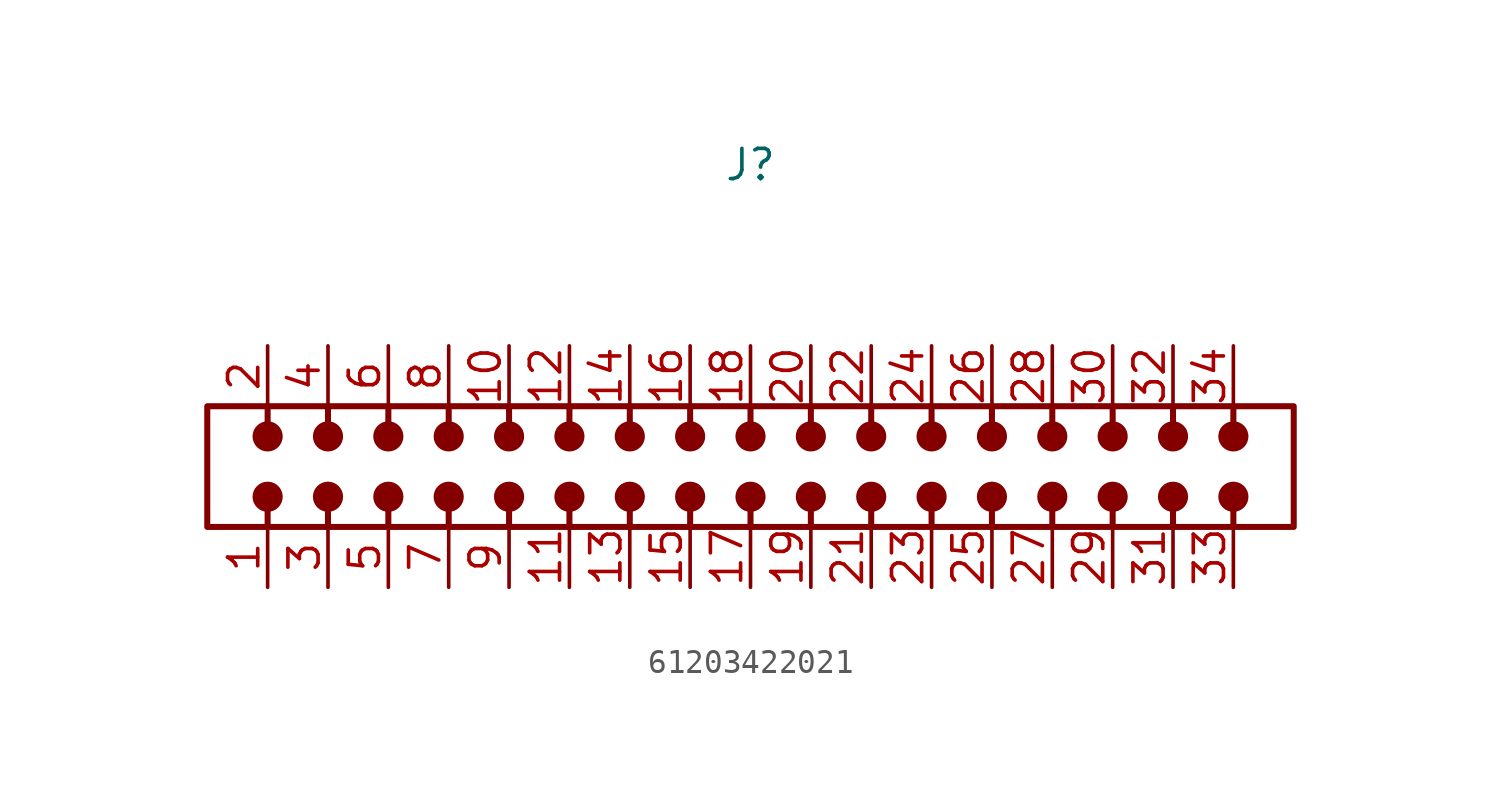
<source format=kicad_sym>
(kicad_symbol_lib
  (version 20241209)
  (generator "kicad_symbol_editor")
  (generator_version "9.0")
  (symbol "61203422021"
    (pin_names
      (hide yes))
    (property "Reference" "J"
      (at 0 12.7 0)
      (effects (font (size 1.27 1.27))))
    (symbol "61203422021_1_1"
      (rectangle (start -22.86 2.54) (end 22.86 -2.54) (stroke (width 0.254) (type solid)) (fill (type none)))
      (polyline (pts (xy -20.32 1.778) (xy -20.32 2.54)) (stroke (width 0.254) (type solid)) (fill (type none)))
      (circle (center -20.32 1.27) (radius 0.508) (stroke (width 0.254) (type solid)) (fill (type outline)))
      (circle (center -20.32 -1.27) (radius 0.508) (stroke (width 0.254) (type solid)) (fill (type outline)))
      (polyline (pts (xy -20.32 -1.778) (xy -20.32 -2.54)) (stroke (width 0.254) (type solid)) (fill (type none)))
      (polyline (pts (xy -17.78 1.778) (xy -17.78 2.54)) (stroke (width 0.254) (type solid)) (fill (type none)))
      (circle (center -17.78 1.27) (radius 0.508) (stroke (width 0.254) (type solid)) (fill (type outline)))
      (circle (center -17.78 -1.27) (radius 0.508) (stroke (width 0.254) (type solid)) (fill (type outline)))
      (polyline (pts (xy -17.78 -1.778) (xy -17.78 -2.54)) (stroke (width 0.254) (type solid)) (fill (type none)))
      (polyline (pts (xy -15.24 1.778) (xy -15.24 2.54)) (stroke (width 0.254) (type solid)) (fill (type none)))
      (circle (center -15.24 1.27) (radius 0.508) (stroke (width 0.254) (type solid)) (fill (type outline)))
      (circle (center -15.24 -1.27) (radius 0.508) (stroke (width 0.254) (type solid)) (fill (type outline)))
      (polyline (pts (xy -15.24 -1.778) (xy -15.24 -2.54)) (stroke (width 0.254) (type solid)) (fill (type none)))
      (polyline (pts (xy -12.7 1.778) (xy -12.7 2.54)) (stroke (width 0.254) (type solid)) (fill (type none)))
      (circle (center -12.7 1.27) (radius 0.508) (stroke (width 0.254) (type solid)) (fill (type outline)))
      (circle (center -12.7 -1.27) (radius 0.508) (stroke (width 0.254) (type solid)) (fill (type outline)))
      (polyline (pts (xy -12.7 -1.778) (xy -12.7 -2.54)) (stroke (width 0.254) (type solid)) (fill (type none)))
      (polyline (pts (xy -10.16 1.778) (xy -10.16 2.54)) (stroke (width 0.254) (type solid)) (fill (type none)))
      (circle (center -10.16 1.27) (radius 0.508) (stroke (width 0.254) (type solid)) (fill (type outline)))
      (circle (center -10.16 -1.27) (radius 0.508) (stroke (width 0.254) (type solid)) (fill (type outline)))
      (polyline (pts (xy -10.16 -1.778) (xy -10.16 -2.54)) (stroke (width 0.254) (type solid)) (fill (type none)))
      (polyline (pts (xy -7.62 1.778) (xy -7.62 2.54)) (stroke (width 0.254) (type solid)) (fill (type none)))
      (circle (center -7.62 1.27) (radius 0.508) (stroke (width 0.254) (type solid)) (fill (type outline)))
      (circle (center -7.62 -1.27) (radius 0.508) (stroke (width 0.254) (type solid)) (fill (type outline)))
      (polyline (pts (xy -7.62 -1.778) (xy -7.62 -2.54)) (stroke (width 0.254) (type solid)) (fill (type none)))
      (polyline (pts (xy -5.08 1.778) (xy -5.08 2.54)) (stroke (width 0.254) (type solid)) (fill (type none)))
      (circle (center -5.08 1.27) (radius 0.508) (stroke (width 0.254) (type solid)) (fill (type outline)))
      (circle (center -5.08 -1.27) (radius 0.508) (stroke (width 0.254) (type solid)) (fill (type outline)))
      (polyline (pts (xy -5.08 -1.778) (xy -5.08 -2.54)) (stroke (width 0.254) (type solid)) (fill (type none)))
      (polyline (pts (xy -2.54 1.778) (xy -2.54 2.54)) (stroke (width 0.254) (type solid)) (fill (type none)))
      (circle (center -2.54 1.27) (radius 0.508) (stroke (width 0.254) (type solid)) (fill (type outline)))
      (circle (center -2.54 -1.27) (radius 0.508) (stroke (width 0.254) (type solid)) (fill (type outline)))
      (polyline (pts (xy -2.54 -1.778) (xy -2.54 -2.54)) (stroke (width 0.254) (type solid)) (fill (type none)))
      (polyline (pts (xy 0 1.778) (xy 0 2.54)) (stroke (width 0.254) (type solid)) (fill (type none)))
      (circle (center 0 1.27) (radius 0.508) (stroke (width 0.254) (type solid)) (fill (type outline)))
      (circle (center 0 -1.27) (radius 0.508) (stroke (width 0.254) (type solid)) (fill (type outline)))
      (polyline (pts (xy 0 -1.778) (xy 0 -2.54)) (stroke (width 0.254) (type solid)) (fill (type none)))
      (polyline (pts (xy 2.54 1.778) (xy 2.54 2.54)) (stroke (width 0.254) (type solid)) (fill (type none)))
      (circle (center 2.54 1.27) (radius 0.508) (stroke (width 0.254) (type solid)) (fill (type outline)))
      (circle (center 2.54 -1.27) (radius 0.508) (stroke (width 0.254) (type solid)) (fill (type outline)))
      (polyline (pts (xy 2.54 -1.778) (xy 2.54 -2.54)) (stroke (width 0.254) (type solid)) (fill (type none)))
      (polyline (pts (xy 5.08 1.778) (xy 5.08 2.54)) (stroke (width 0.254) (type solid)) (fill (type none)))
      (circle (center 5.08 1.27) (radius 0.508) (stroke (width 0.254) (type solid)) (fill (type outline)))
      (circle (center 5.08 -1.27) (radius 0.508) (stroke (width 0.254) (type solid)) (fill (type outline)))
      (polyline (pts (xy 5.08 -1.778) (xy 5.08 -2.54)) (stroke (width 0.254) (type solid)) (fill (type none)))
      (polyline (pts (xy 7.62 1.778) (xy 7.62 2.54)) (stroke (width 0.254) (type solid)) (fill (type none)))
      (circle (center 7.62 1.27) (radius 0.508) (stroke (width 0.254) (type solid)) (fill (type outline)))
      (circle (center 7.62 -1.27) (radius 0.508) (stroke (width 0.254) (type solid)) (fill (type outline)))
      (polyline (pts (xy 7.62 -1.778) (xy 7.62 -2.54)) (stroke (width 0.254) (type solid)) (fill (type none)))
      (polyline (pts (xy 10.16 1.778) (xy 10.16 2.54)) (stroke (width 0.254) (type solid)) (fill (type none)))
      (circle (center 10.16 1.27) (radius 0.508) (stroke (width 0.254) (type solid)) (fill (type outline)))
      (circle (center 10.16 -1.27) (radius 0.508) (stroke (width 0.254) (type solid)) (fill (type outline)))
      (polyline (pts (xy 10.16 -1.778) (xy 10.16 -2.54)) (stroke (width 0.254) (type solid)) (fill (type none)))
      (polyline (pts (xy 12.7 1.778) (xy 12.7 2.54)) (stroke (width 0.254) (type solid)) (fill (type none)))
      (circle (center 12.7 1.27) (radius 0.508) (stroke (width 0.254) (type solid)) (fill (type outline)))
      (circle (center 12.7 -1.27) (radius 0.508) (stroke (width 0.254) (type solid)) (fill (type outline)))
      (polyline (pts (xy 12.7 -1.778) (xy 12.7 -2.54)) (stroke (width 0.254) (type solid)) (fill (type none)))
      (polyline (pts (xy 15.24 1.778) (xy 15.24 2.54)) (stroke (width 0.254) (type solid)) (fill (type none)))
      (circle (center 15.24 1.27) (radius 0.508) (stroke (width 0.254) (type solid)) (fill (type outline)))
      (circle (center 15.24 -1.27) (radius 0.508) (stroke (width 0.254) (type solid)) (fill (type outline)))
      (polyline (pts (xy 15.24 -1.778) (xy 15.24 -2.54)) (stroke (width 0.254) (type solid)) (fill (type none)))
      (polyline (pts (xy 17.78 1.778) (xy 17.78 2.54)) (stroke (width 0.254) (type solid)) (fill (type none)))
      (circle (center 17.78 1.27) (radius 0.508) (stroke (width 0.254) (type solid)) (fill (type outline)))
      (circle (center 17.78 -1.27) (radius 0.508) (stroke (width 0.254) (type solid)) (fill (type outline)))
      (polyline (pts (xy 17.78 -1.778) (xy 17.78 -2.54)) (stroke (width 0.254) (type solid)) (fill (type none)))
      (polyline (pts (xy 20.32 1.778) (xy 20.32 2.54)) (stroke (width 0.254) (type solid)) (fill (type none)))
      (circle (center 20.32 1.27) (radius 0.508) (stroke (width 0.254) (type solid)) (fill (type outline)))
      (circle (center 20.32 -1.27) (radius 0.508) (stroke (width 0.254) (type solid)) (fill (type outline)))
      (polyline (pts (xy 20.32 -1.778) (xy 20.32 -2.54)) (stroke (width 0.254) (type solid)) (fill (type none)))
      (pin passive line (at -20.32 5.08 270) (length 2.54) (name "2" (effects (font (size 1.27 1.27)))) (number "2" (effects (font (size 1.27 1.27)))))
      (pin passive line (at -20.32 -5.08 90) (length 2.54) (name "1" (effects (font (size 1.27 1.27)))) (number "1" (effects (font (size 1.27 1.27)))))
      (pin passive line (at -17.78 5.08 270) (length 2.54) (name "4" (effects (font (size 1.27 1.27)))) (number "4" (effects (font (size 1.27 1.27)))))
      (pin passive line (at -17.78 -5.08 90) (length 2.54) (name "3" (effects (font (size 1.27 1.27)))) (number "3" (effects (font (size 1.27 1.27)))))
      (pin passive line (at -15.24 5.08 270) (length 2.54) (name "6" (effects (font (size 1.27 1.27)))) (number "6" (effects (font (size 1.27 1.27)))))
      (pin passive line (at -15.24 -5.08 90) (length 2.54) (name "5" (effects (font (size 1.27 1.27)))) (number "5" (effects (font (size 1.27 1.27)))))
      (pin passive line (at -12.7 5.08 270) (length 2.54) (name "8" (effects (font (size 1.27 1.27)))) (number "8" (effects (font (size 1.27 1.27)))))
      (pin passive line (at -12.7 -5.08 90) (length 2.54) (name "7" (effects (font (size 1.27 1.27)))) (number "7" (effects (font (size 1.27 1.27)))))
      (pin passive line (at -10.16 5.08 270) (length 2.54) (name "10" (effects (font (size 1.27 1.27)))) (number "10" (effects (font (size 1.27 1.27)))))
      (pin passive line (at -10.16 -5.08 90) (length 2.54) (name "9" (effects (font (size 1.27 1.27)))) (number "9" (effects (font (size 1.27 1.27)))))
      (pin passive line (at -7.62 5.08 270) (length 2.54) (name "12" (effects (font (size 1.27 1.27)))) (number "12" (effects (font (size 1.27 1.27)))))
      (pin passive line (at -7.62 -5.08 90) (length 2.54) (name "11" (effects (font (size 1.27 1.27)))) (number "11" (effects (font (size 1.27 1.27)))))
      (pin passive line (at -5.08 5.08 270) (length 2.54) (name "14" (effects (font (size 1.27 1.27)))) (number "14" (effects (font (size 1.27 1.27)))))
      (pin passive line (at -5.08 -5.08 90) (length 2.54) (name "13" (effects (font (size 1.27 1.27)))) (number "13" (effects (font (size 1.27 1.27)))))
      (pin passive line (at -2.54 5.08 270) (length 2.54) (name "16" (effects (font (size 1.27 1.27)))) (number "16" (effects (font (size 1.27 1.27)))))
      (pin passive line (at -2.54 -5.08 90) (length 2.54) (name "15" (effects (font (size 1.27 1.27)))) (number "15" (effects (font (size 1.27 1.27)))))
      (pin passive line (at 0 5.08 270) (length 2.54) (name "18" (effects (font (size 1.27 1.27)))) (number "18" (effects (font (size 1.27 1.27)))))
      (pin passive line (at 0 -5.08 90) (length 2.54) (name "17" (effects (font (size 1.27 1.27)))) (number "17" (effects (font (size 1.27 1.27)))))
      (pin passive line (at 2.54 5.08 270) (length 2.54) (name "20" (effects (font (size 1.27 1.27)))) (number "20" (effects (font (size 1.27 1.27)))))
      (pin passive line (at 2.54 -5.08 90) (length 2.54) (name "19" (effects (font (size 1.27 1.27)))) (number "19" (effects (font (size 1.27 1.27)))))
      (pin passive line (at 5.08 5.08 270) (length 2.54) (name "22" (effects (font (size 1.27 1.27)))) (number "22" (effects (font (size 1.27 1.27)))))
      (pin passive line (at 5.08 -5.08 90) (length 2.54) (name "21" (effects (font (size 1.27 1.27)))) (number "21" (effects (font (size 1.27 1.27)))))
      (pin passive line (at 7.62 5.08 270) (length 2.54) (name "24" (effects (font (size 1.27 1.27)))) (number "24" (effects (font (size 1.27 1.27)))))
      (pin passive line (at 7.62 -5.08 90) (length 2.54) (name "23" (effects (font (size 1.27 1.27)))) (number "23" (effects (font (size 1.27 1.27)))))
      (pin passive line (at 10.16 5.08 270) (length 2.54) (name "26" (effects (font (size 1.27 1.27)))) (number "26" (effects (font (size 1.27 1.27)))))
      (pin passive line (at 10.16 -5.08 90) (length 2.54) (name "25" (effects (font (size 1.27 1.27)))) (number "25" (effects (font (size 1.27 1.27)))))
      (pin passive line (at 12.7 5.08 270) (length 2.54) (name "28" (effects (font (size 1.27 1.27)))) (number "28" (effects (font (size 1.27 1.27)))))
      (pin passive line (at 12.7 -5.08 90) (length 2.54) (name "27" (effects (font (size 1.27 1.27)))) (number "27" (effects (font (size 1.27 1.27)))))
      (pin passive line (at 15.24 5.08 270) (length 2.54) (name "30" (effects (font (size 1.27 1.27)))) (number "30" (effects (font (size 1.27 1.27)))))
      (pin passive line (at 15.24 -5.08 90) (length 2.54) (name "29" (effects (font (size 1.27 1.27)))) (number "29" (effects (font (size 1.27 1.27)))))
      (pin passive line (at 17.78 5.08 270) (length 2.54) (name "32" (effects (font (size 1.27 1.27)))) (number "32" (effects (font (size 1.27 1.27)))))
      (pin passive line (at 17.78 -5.08 90) (length 2.54) (name "31" (effects (font (size 1.27 1.27)))) (number "31" (effects (font (size 1.27 1.27)))))
      (pin passive line (at 20.32 5.08 270) (length 2.54) (name "34" (effects (font (size 1.27 1.27)))) (number "34" (effects (font (size 1.27 1.27)))))
      (pin passive line (at 20.32 -5.08 90) (length 2.54) (name "33" (effects (font (size 1.27 1.27)))) (number "33" (effects (font (size 1.27 1.27))))))))
</source>
